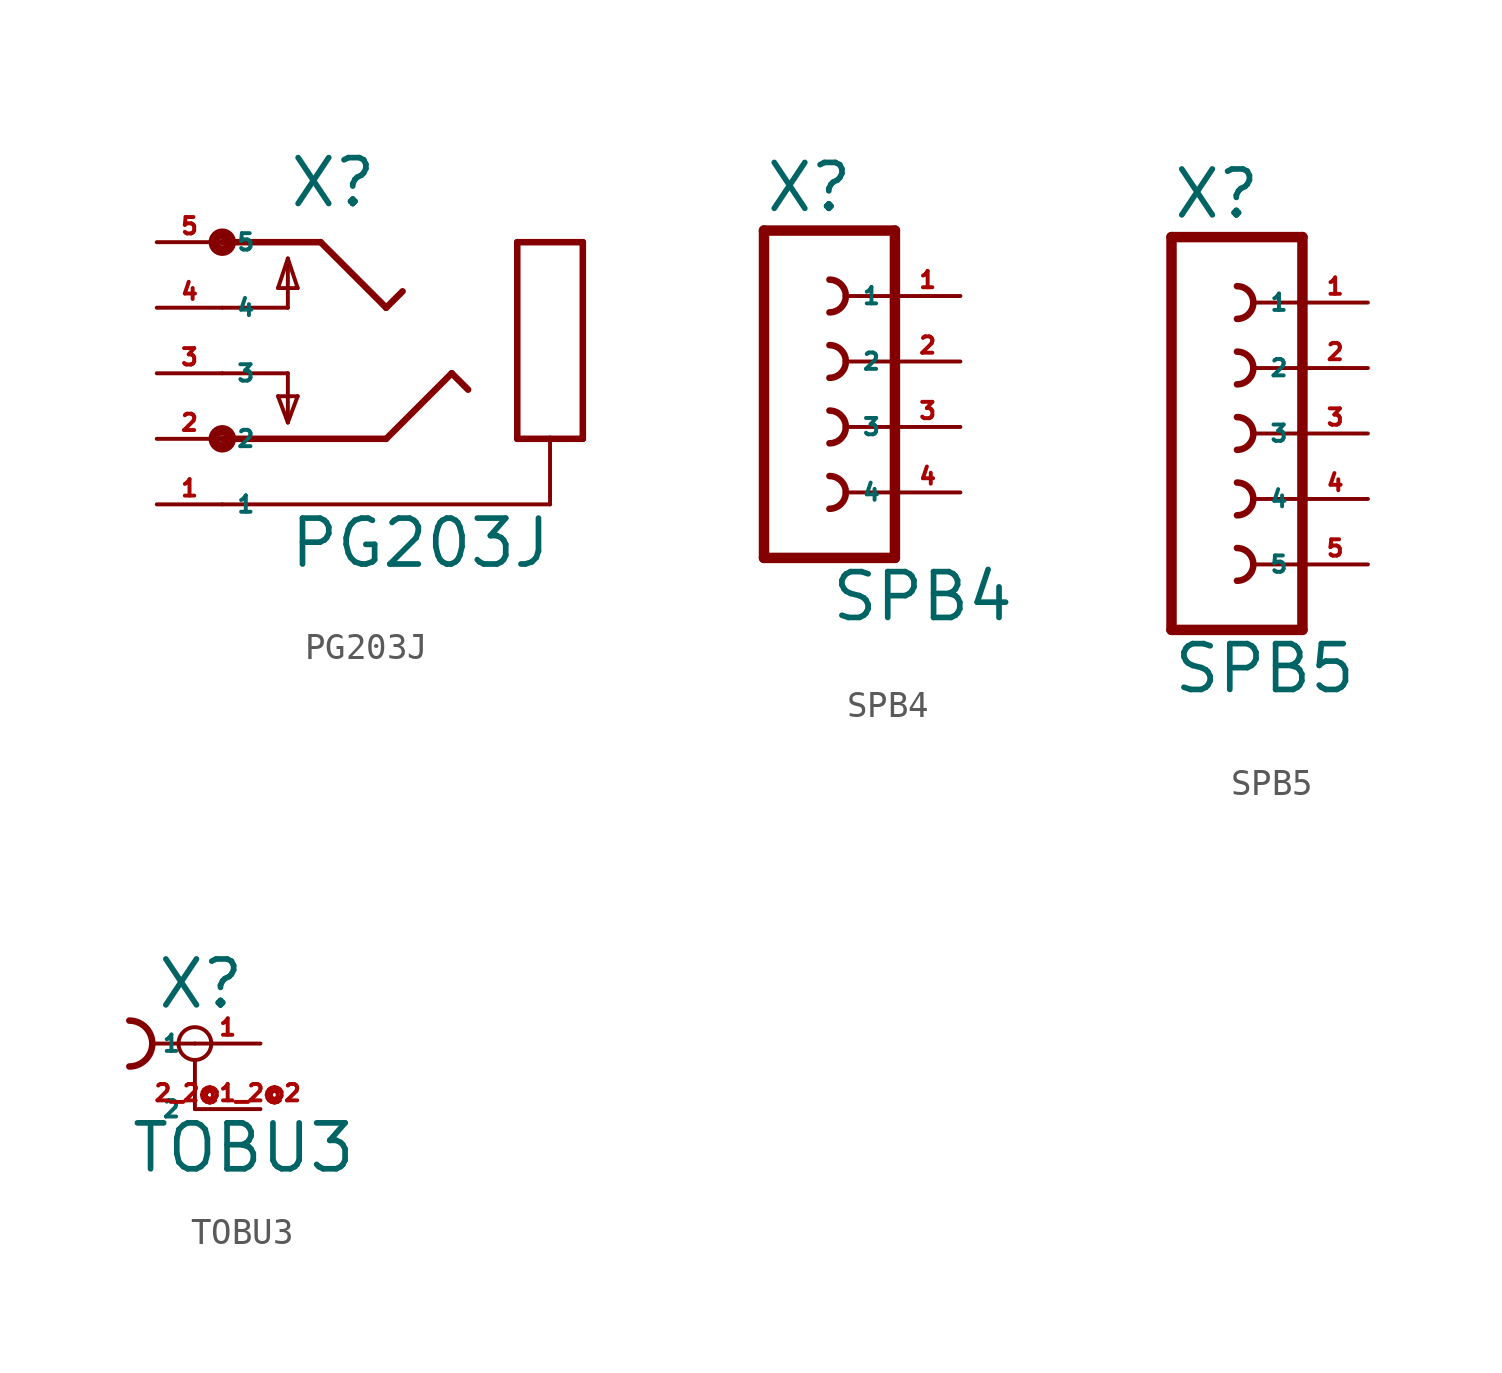
<source format=kicad_sym>
(kicad_symbol_lib
  (version 20220914)
  (generator Eagle2Kicad)
  (symbol "PG203J"
    (property "Reference" "X"
      (at -7.62 3.81 0)
      (effects (font (size 1.778 1.778) (thickness 0.22)) (justify left bottom)))
    (property "Value" "PG203J"
      (at -7.62 -10.16 0)
      (effects (font (size 1.778 1.778) (thickness 0.22)) (justify left bottom)))
    (polyline
      (pts (xy 1.27 -5.08) (xy 2.54 -5.08))
      (stroke (width 0.254) (type default))
      (fill (type none)))
    (polyline
      (pts (xy 2.54 -5.08) (xy 2.54 -7.62))
      (stroke (width 0.152) (type default))
      (fill (type none)))
    (polyline
      (pts (xy 2.54 -7.62) (xy -10.16 -7.62))
      (stroke (width 0.152) (type default))
      (fill (type none)))
    (polyline
      (pts (xy -0.635 -3.175) (xy -1.27 -2.54))
      (stroke (width 0.254) (type default))
      (fill (type none)))
    (polyline
      (pts (xy -1.27 -2.54) (xy -3.81 -5.08))
      (stroke (width 0.254) (type default))
      (fill (type none)))
    (polyline
      (pts (xy -10.16 -2.54) (xy -7.62 -2.54))
      (stroke (width 0.152) (type default))
      (fill (type none)))
    (polyline
      (pts (xy -7.62 -2.54) (xy -7.62 -4.445))
      (stroke (width 0.152) (type default))
      (fill (type none)))
    (polyline
      (pts (xy -7.62 -4.445) (xy -8.001 -3.429))
      (stroke (width 0.152) (type default))
      (fill (type none)))
    (polyline
      (pts (xy -8.001 -3.429) (xy -7.239 -3.429))
      (stroke (width 0.152) (type default))
      (fill (type none)))
    (polyline
      (pts (xy -7.239 -3.429) (xy -7.62 -4.445))
      (stroke (width 0.152) (type default))
      (fill (type none)))
    (polyline
      (pts (xy -10.16 0) (xy -7.62 0))
      (stroke (width 0.152) (type default))
      (fill (type none)))
    (polyline
      (pts (xy -7.62 0) (xy -7.62 1.905))
      (stroke (width 0.152) (type default))
      (fill (type none)))
    (polyline
      (pts (xy -7.62 1.905) (xy -8.001 0.762))
      (stroke (width 0.152) (type default))
      (fill (type none)))
    (polyline
      (pts (xy -8.001 0.762) (xy -7.239 0.762))
      (stroke (width 0.152) (type default))
      (fill (type none)))
    (polyline
      (pts (xy -7.239 0.762) (xy -7.62 1.905))
      (stroke (width 0.152) (type default))
      (fill (type none)))
    (polyline
      (pts (xy -6.35 2.54) (xy -3.81 0))
      (stroke (width 0.254) (type default))
      (fill (type none)))
    (polyline
      (pts (xy -3.81 0) (xy -3.175 0.635))
      (stroke (width 0.254) (type default))
      (fill (type none)))
    (polyline
      (pts (xy 1.27 -5.08) (xy 1.27 2.54))
      (stroke (width 0.254) (type default))
      (fill (type none)))
    (polyline
      (pts (xy 2.54 -5.08) (xy 3.81 -5.08))
      (stroke (width 0.254) (type default))
      (fill (type none)))
    (polyline
      (pts (xy 1.27 2.54) (xy 3.81 2.54))
      (stroke (width 0.254) (type default))
      (fill (type none)))
    (polyline
      (pts (xy -10.16 2.54) (xy -6.35 2.54))
      (stroke (width 0.254) (type default))
      (fill (type none)))
    (polyline
      (pts (xy -10.16 -5.08) (xy -3.81 -5.08))
      (stroke (width 0.254) (type default))
      (fill (type none)))
    (polyline
      (pts (xy 3.81 -5.08) (xy 3.81 2.54))
      (stroke (width 0.254) (type default))
      (fill (type none)))
    (circle
      (center -10.16 -5.08)
      (radius 0.127)
      (stroke (width 0.406) (type default))
      (fill (type none)))
    (circle
      (center -10.16 2.54)
      (radius 0.127)
      (stroke (width 0.406) (type default))
      (fill (type none)))
    (pin passive line
      (at -12.7 2.54 0)
      (length 2.54)
      (name "5" (effects (font (size 0.635 0.635) (thickness 0.08)) (justify left bottom)))
      (number "5" (effects (font (size 0.635 0.635) (thickness 0.08)) (justify left bottom))))
    (pin passive line
      (at -12.7 0 0)
      (length 2.54)
      (name "4" (effects (font (size 0.635 0.635) (thickness 0.08)) (justify left bottom)))
      (number "4" (effects (font (size 0.635 0.635) (thickness 0.08)) (justify left bottom))))
    (pin passive line
      (at -12.7 -2.54 0)
      (length 2.54)
      (name "3" (effects (font (size 0.635 0.635) (thickness 0.08)) (justify left bottom)))
      (number "3" (effects (font (size 0.635 0.635) (thickness 0.08)) (justify left bottom))))
    (pin passive line
      (at -12.7 -5.08 0)
      (length 2.54)
      (name "2" (effects (font (size 0.635 0.635) (thickness 0.08)) (justify left bottom)))
      (number "2" (effects (font (size 0.635 0.635) (thickness 0.08)) (justify left bottom))))
    (pin passive line
      (at -12.7 -7.62 0)
      (length 2.54)
      (name "1" (effects (font (size 0.635 0.635) (thickness 0.08)) (justify left bottom)))
      (number "1" (effects (font (size 0.635 0.635) (thickness 0.08)) (justify left bottom)))))
  (symbol "SPB4"
    (property "Reference" "X"
      (at -2.54 5.715 0)
      (effects (font (size 1.778 1.778) (thickness 0.22)) (justify left bottom)))
    (property "Value" "SPB4"
      (at 0 -10.16 0)
      (effects (font (size 1.778 1.778) (thickness 0.22)) (justify left bottom)))
    (arc
      (start 0.635 2.54)
      (mid 0.449 2.989)
      (end 0 3.175)
      (stroke (width 0.254) (type default))
      (fill (type none)))
    (arc
      (start 0 1.905)
      (mid 0.449 2.091)
      (end 0.635 2.54)
      (stroke (width 0.254) (type default))
      (fill (type none)))
    (arc
      (start 0.635 -2.54)
      (mid 0.449 -2.091)
      (end 0 -1.905)
      (stroke (width 0.254) (type default))
      (fill (type none)))
    (arc
      (start 0 -3.175)
      (mid 0.449 -2.989)
      (end 0.635 -2.54)
      (stroke (width 0.254) (type default))
      (fill (type none)))
    (arc
      (start 0.635 0)
      (mid 0.449 0.449)
      (end 0 0.635)
      (stroke (width 0.254) (type default))
      (fill (type none)))
    (arc
      (start 0 -0.635)
      (mid 0.449 -0.449)
      (end 0.635 0)
      (stroke (width 0.254) (type default))
      (fill (type none)))
    (arc
      (start 0.635 -5.08)
      (mid 0.449 -4.631)
      (end 0 -4.445)
      (stroke (width 0.254) (type default))
      (fill (type none)))
    (arc
      (start 0 -5.715)
      (mid 0.449 -5.529)
      (end 0.635 -5.08)
      (stroke (width 0.254) (type default))
      (fill (type none)))
    (polyline
      (pts (xy -2.54 -7.62) (xy 2.54 -7.62))
      (stroke (width 0.406) (type default))
      (fill (type none)))
    (polyline
      (pts (xy -2.54 -7.62) (xy -2.54 5.08))
      (stroke (width 0.406) (type default))
      (fill (type none)))
    (polyline
      (pts (xy -2.54 5.08) (xy 2.54 5.08))
      (stroke (width 0.406) (type default))
      (fill (type none)))
    (polyline
      (pts (xy 2.54 -7.62) (xy 2.54 -5.08))
      (stroke (width 0.406) (type default))
      (fill (type none)))
    (polyline
      (pts (xy 2.54 -5.08) (xy 2.54 -2.54))
      (stroke (width 0.406) (type default))
      (fill (type none)))
    (polyline
      (pts (xy 2.54 -2.54) (xy 2.54 0))
      (stroke (width 0.406) (type default))
      (fill (type none)))
    (polyline
      (pts (xy 2.54 0) (xy 2.54 2.54))
      (stroke (width 0.406) (type default))
      (fill (type none)))
    (polyline
      (pts (xy 2.54 2.54) (xy 2.54 5.08))
      (stroke (width 0.406) (type default))
      (fill (type none)))
    (polyline
      (pts (xy 0.635 2.54) (xy 2.54 2.54))
      (stroke (width 0.152) (type default))
      (fill (type none)))
    (polyline
      (pts (xy 0.635 0) (xy 2.54 0))
      (stroke (width 0.152) (type default))
      (fill (type none)))
    (polyline
      (pts (xy 0.635 -2.54) (xy 2.54 -2.54))
      (stroke (width 0.152) (type default))
      (fill (type none)))
    (polyline
      (pts (xy 0.635 -5.08) (xy 2.54 -5.08))
      (stroke (width 0.152) (type default))
      (fill (type none)))
    (pin passive line
      (at 5.08 2.54 180)
      (length 2.54)
      (name "1" (effects (font (size 0.635 0.635) (thickness 0.08)) (justify left bottom)))
      (number "1" (effects (font (size 0.635 0.635) (thickness 0.08)) (justify left bottom))))
    (pin passive line
      (at 5.08 0 180)
      (length 2.54)
      (name "2" (effects (font (size 0.635 0.635) (thickness 0.08)) (justify left bottom)))
      (number "2" (effects (font (size 0.635 0.635) (thickness 0.08)) (justify left bottom))))
    (pin passive line
      (at 5.08 -2.54 180)
      (length 2.54)
      (name "3" (effects (font (size 0.635 0.635) (thickness 0.08)) (justify left bottom)))
      (number "3" (effects (font (size 0.635 0.635) (thickness 0.08)) (justify left bottom))))
    (pin passive line
      (at 5.08 -5.08 180)
      (length 2.54)
      (name "4" (effects (font (size 0.635 0.635) (thickness 0.08)) (justify left bottom)))
      (number "4" (effects (font (size 0.635 0.635) (thickness 0.08)) (justify left bottom)))))
  (symbol "SPB5"
    (property "Reference" "X"
      (at -2.54 8.255 0)
      (effects (font (size 1.778 1.778) (thickness 0.22)) (justify left bottom)))
    (property "Value" "SPB5"
      (at -2.54 -10.16 0)
      (effects (font (size 1.778 1.778) (thickness 0.22)) (justify left bottom)))
    (arc
      (start 0.635 5.08)
      (mid 0.449 5.529)
      (end 0 5.715)
      (stroke (width 0.254) (type default))
      (fill (type none)))
    (arc
      (start 0 4.445)
      (mid 0.449 4.631)
      (end 0.635 5.08)
      (stroke (width 0.254) (type default))
      (fill (type none)))
    (arc
      (start 0.635 0)
      (mid 0.449 0.449)
      (end 0 0.635)
      (stroke (width 0.254) (type default))
      (fill (type none)))
    (arc
      (start 0 -0.635)
      (mid 0.449 -0.449)
      (end 0.635 0)
      (stroke (width 0.254) (type default))
      (fill (type none)))
    (arc
      (start 0.635 2.54)
      (mid 0.449 2.989)
      (end 0 3.175)
      (stroke (width 0.254) (type default))
      (fill (type none)))
    (arc
      (start 0 1.905)
      (mid 0.449 2.091)
      (end 0.635 2.54)
      (stroke (width 0.254) (type default))
      (fill (type none)))
    (arc
      (start 0.635 -2.54)
      (mid 0.449 -2.091)
      (end 0 -1.905)
      (stroke (width 0.254) (type default))
      (fill (type none)))
    (arc
      (start 0 -3.175)
      (mid 0.449 -2.989)
      (end 0.635 -2.54)
      (stroke (width 0.254) (type default))
      (fill (type none)))
    (polyline
      (pts (xy -2.54 -7.62) (xy 2.54 -7.62))
      (stroke (width 0.406) (type default))
      (fill (type none)))
    (polyline
      (pts (xy -2.54 -7.62) (xy -2.54 7.62))
      (stroke (width 0.406) (type default))
      (fill (type none)))
    (polyline
      (pts (xy -2.54 7.62) (xy 2.54 7.62))
      (stroke (width 0.406) (type default))
      (fill (type none)))
    (polyline
      (pts (xy 2.54 -7.62) (xy 2.54 -5.08))
      (stroke (width 0.406) (type default))
      (fill (type none)))
    (polyline
      (pts (xy 2.54 -5.08) (xy 2.54 -2.54))
      (stroke (width 0.406) (type default))
      (fill (type none)))
    (polyline
      (pts (xy 2.54 -2.54) (xy 2.54 0))
      (stroke (width 0.406) (type default))
      (fill (type none)))
    (polyline
      (pts (xy 2.54 0) (xy 2.54 2.54))
      (stroke (width 0.406) (type default))
      (fill (type none)))
    (polyline
      (pts (xy 2.54 2.54) (xy 2.54 5.08))
      (stroke (width 0.406) (type default))
      (fill (type none)))
    (polyline
      (pts (xy 2.54 5.08) (xy 2.54 7.62))
      (stroke (width 0.406) (type default))
      (fill (type none)))
    (arc
      (start 0.635 -5.08)
      (mid 0.449 -4.631)
      (end 0 -4.445)
      (stroke (width 0.254) (type default))
      (fill (type none)))
    (arc
      (start 0 -5.715)
      (mid 0.449 -5.529)
      (end 0.635 -5.08)
      (stroke (width 0.254) (type default))
      (fill (type none)))
    (polyline
      (pts (xy 0.635 5.08) (xy 2.54 5.08))
      (stroke (width 0.152) (type default))
      (fill (type none)))
    (polyline
      (pts (xy 0.635 2.54) (xy 2.54 2.54))
      (stroke (width 0.152) (type default))
      (fill (type none)))
    (polyline
      (pts (xy 0.635 0) (xy 2.54 0))
      (stroke (width 0.152) (type default))
      (fill (type none)))
    (polyline
      (pts (xy 0.635 -2.54) (xy 2.54 -2.54))
      (stroke (width 0.152) (type default))
      (fill (type none)))
    (polyline
      (pts (xy 0.635 -5.08) (xy 2.54 -5.08))
      (stroke (width 0.152) (type default))
      (fill (type none)))
    (pin passive line
      (at 5.08 5.08 180)
      (length 2.54)
      (name "1" (effects (font (size 0.635 0.635) (thickness 0.08)) (justify left bottom)))
      (number "1" (effects (font (size 0.635 0.635) (thickness 0.08)) (justify left bottom))))
    (pin passive line
      (at 5.08 2.54 180)
      (length 2.54)
      (name "2" (effects (font (size 0.635 0.635) (thickness 0.08)) (justify left bottom)))
      (number "2" (effects (font (size 0.635 0.635) (thickness 0.08)) (justify left bottom))))
    (pin passive line
      (at 5.08 0 180)
      (length 2.54)
      (name "3" (effects (font (size 0.635 0.635) (thickness 0.08)) (justify left bottom)))
      (number "3" (effects (font (size 0.635 0.635) (thickness 0.08)) (justify left bottom))))
    (pin passive line
      (at 5.08 -2.54 180)
      (length 2.54)
      (name "4" (effects (font (size 0.635 0.635) (thickness 0.08)) (justify left bottom)))
      (number "4" (effects (font (size 0.635 0.635) (thickness 0.08)) (justify left bottom))))
    (pin passive line
      (at 5.08 -5.08 180)
      (length 2.54)
      (name "5" (effects (font (size 0.635 0.635) (thickness 0.08)) (justify left bottom)))
      (number "5" (effects (font (size 0.635 0.635) (thickness 0.08)) (justify left bottom)))))
  (symbol "TOBU3"
    (property "Reference" "X"
      (at -1.524 1.27 0)
      (effects (font (size 1.778 1.778) (thickness 0.22)) (justify left bottom)))
    (property "Value" "TOBU3"
      (at -2.54 -5.08 0)
      (effects (font (size 1.778 1.778) (thickness 0.22)) (justify left bottom)))
    (arc
      (start -2.54 -0.889)
      (mid -1.651 0.000)
      (end -2.54 0.889)
      (stroke (width 0.254) (type default))
      (fill (type none)))
    (polyline
      (pts (xy 0 -2.54) (xy 0 -0.635))
      (stroke (width 0.152) (type default))
      (fill (type none)))
    (polyline
      (pts (xy -1.524 0) (xy 0 0))
      (stroke (width 0.152) (type default))
      (fill (type none)))
    (circle
      (center 0 0)
      (radius 0.635)
      (stroke (width 0.152) (type default))
      (fill (type none)))
    (pin passive line
      (at 2.54 0 180)
      (length 2.54)
      (name "1" (effects (font (size 0.635 0.635) (thickness 0.08)) (justify left bottom)))
      (number "1" (effects (font (size 0.635 0.635) (thickness 0.08)) (justify left bottom))))
    (pin passive line
      (at 2.54 -2.54 180)
      (length 2.54)
      (name "2" (effects (font (size 0.635 0.635) (thickness 0.08)) (justify left bottom)))
      (number "2 2@1 2@2" (effects (font (size 0.635 0.635) (thickness 0.08)) (justify left bottom))))))
</source>
